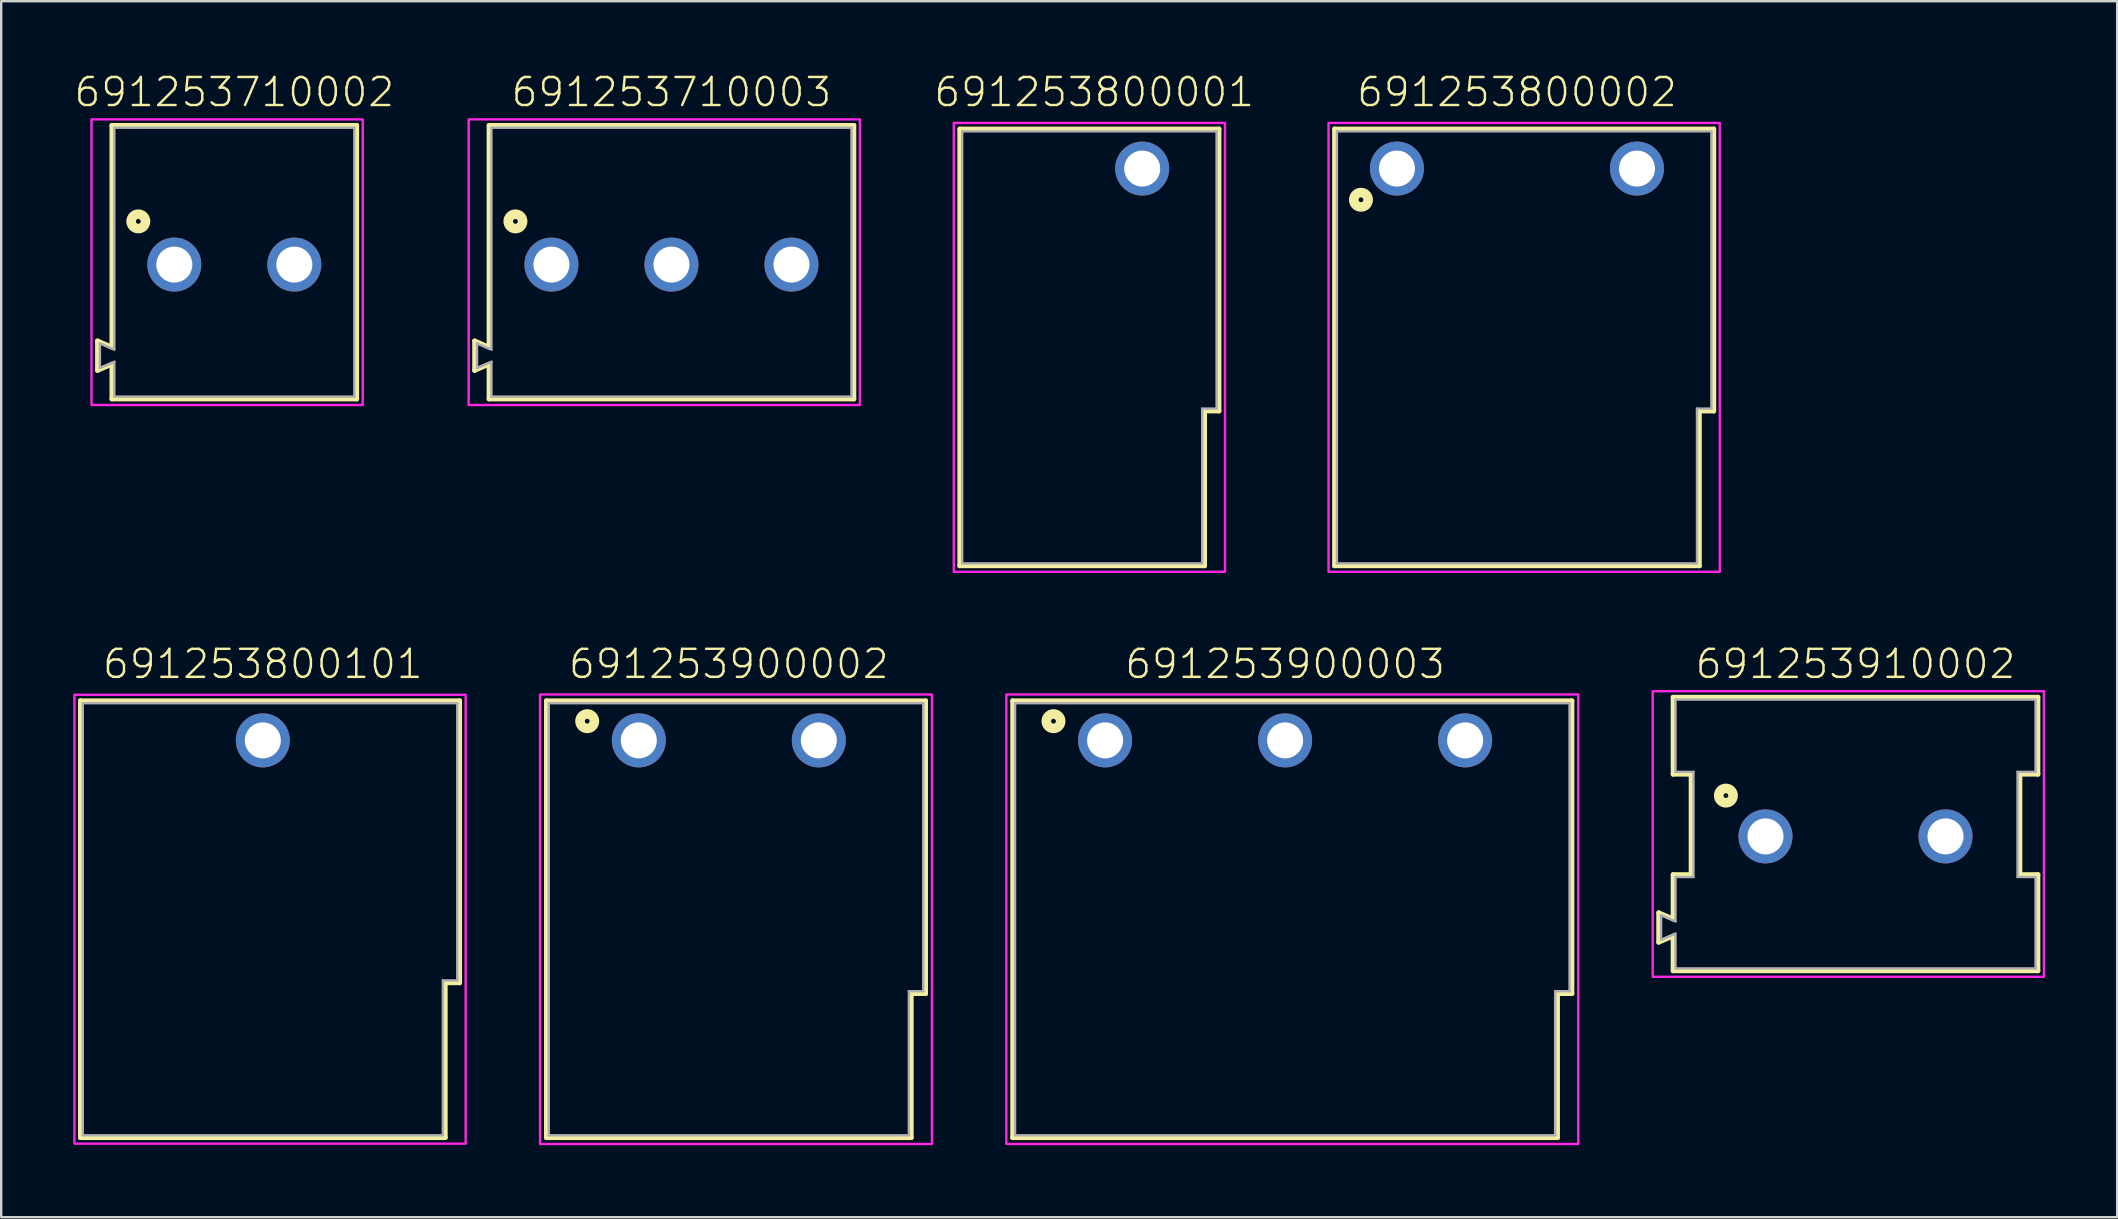
<source format=kicad_pcb>
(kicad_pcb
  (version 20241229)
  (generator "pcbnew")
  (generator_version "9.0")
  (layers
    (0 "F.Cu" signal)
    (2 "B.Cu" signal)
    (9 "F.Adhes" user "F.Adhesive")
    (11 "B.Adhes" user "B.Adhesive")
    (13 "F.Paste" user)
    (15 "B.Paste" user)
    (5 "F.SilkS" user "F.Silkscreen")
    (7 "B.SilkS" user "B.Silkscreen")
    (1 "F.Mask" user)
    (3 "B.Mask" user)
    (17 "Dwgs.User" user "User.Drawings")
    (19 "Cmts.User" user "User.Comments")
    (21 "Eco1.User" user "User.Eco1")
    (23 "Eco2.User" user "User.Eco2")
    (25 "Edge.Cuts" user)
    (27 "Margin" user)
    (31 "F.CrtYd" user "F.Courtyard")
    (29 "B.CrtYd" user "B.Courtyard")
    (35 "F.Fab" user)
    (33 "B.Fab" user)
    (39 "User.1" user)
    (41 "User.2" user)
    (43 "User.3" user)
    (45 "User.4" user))
  (footprint "691253800001"
    (layer "F.Cu")
    (at 44.536 3.973)
    (property "Reference" "691253800001" (at -2 -2.5 0) (unlocked yes) (layer "F.SilkS") (effects (font (size 1.168 1.168) (thickness 0.102)) (justify bottom)))
    (fp_line (start -7.6 -1.65) (end 3.2 -1.65) (stroke (width 0.2) (type solid)) (layer "F.SilkS"))
    (fp_line (start -7.6 16.55) (end -7.6 -1.65) (stroke (width 0.2) (type solid)) (layer "F.SilkS"))
    (fp_line (start 2.6 10.1) (end 2.6 16.55) (stroke (width 0.2) (type solid)) (layer "F.SilkS"))
    (fp_line (start 2.6 16.55) (end -7.6 16.55) (stroke (width 0.2) (type solid)) (layer "F.SilkS"))
    (fp_line (start 3.2 -1.65) (end 3.2 10.1) (stroke (width 0.2) (type solid)) (layer "F.SilkS"))
    (fp_line (start 3.2 10.1) (end 2.6 10.1) (stroke (width 0.2) (type solid)) (layer "F.SilkS"))
    (fp_poly (pts (xy 3.45 16.8) (xy -7.85 16.8) (xy -7.85 -1.9) (xy 3.45 -1.9)) (stroke (width 0.1) (type default)) (fill no) (layer "F.CrtYd"))
    (fp_line (start -7.5 16.45) (end -7.5 -1.55) (stroke (width 0.1) (type solid)) (layer "F.Fab"))
    (fp_line (start 2.5 10) (end 3.1 10) (stroke (width 0.1) (type solid)) (layer "F.Fab"))
    (fp_line (start 2.5 16.45) (end -7.5 16.45) (stroke (width 0.1) (type solid)) (layer "F.Fab"))
    (fp_line (start 2.5 16.45) (end 2.5 10) (stroke (width 0.1) (type solid)) (layer "F.Fab"))
    (fp_line (start 3.1 -1.55) (end -7.5 -1.55) (stroke (width 0.1) (type solid)) (layer "F.Fab"))
    (fp_line (start 3.1 10) (end 3.1 -1.55) (stroke (width 0.1) (type solid)) (layer "F.Fab"))
    (pad "1" thru_hole circle (at 0 0 180) (size 2.25 2.25) (drill 1.5) (layers "*.Cu" "*.Mask")))
  (footprint "691253900003"
    (layer "F.Cu")
    (at 50.49 27.796)
    (property "Reference" "691253900003" (at 0 -2.5 0) (unlocked yes) (layer "F.SilkS") (effects (font (size 1.168 1.168) (thickness 0.102)) (justify bottom)))
    (fp_line (start -11.35 -1.65) (end 11.95 -1.65) (stroke (width 0.2) (type solid)) (layer "F.SilkS"))
    (fp_line (start -11.35 16.55) (end -11.35 -1.65) (stroke (width 0.2) (type solid)) (layer "F.SilkS"))
    (fp_line (start 11.35 10.55) (end 11.35 16.55) (stroke (width 0.2) (type solid)) (layer "F.SilkS"))
    (fp_line (start 11.35 16.55) (end -11.35 16.55) (stroke (width 0.2) (type solid)) (layer "F.SilkS"))
    (fp_line (start 11.95 -1.65) (end 11.95 10.55) (stroke (width 0.2) (type solid)) (layer "F.SilkS"))
    (fp_line (start 11.95 10.55) (end 11.35 10.55) (stroke (width 0.2) (type solid)) (layer "F.SilkS"))
    (fp_circle (center -9.65 -0.8) (end -9.55 -0.8) (stroke (width 0.4) (type solid)) (fill no) (layer "F.SilkS"))
    (fp_poly (pts (xy 12.213 16.814) (xy -11.614 16.814) (xy -11.614 -1.913) (xy 12.213 -1.913)) (stroke (width 0.1) (type default)) (fill no) (layer "F.CrtYd"))
    (fp_line (start -11.25 16.45) (end -11.25 -1.55) (stroke (width 0.1) (type solid)) (layer "F.Fab"))
    (fp_line (start 11.25 10.45) (end 11.85 10.45) (stroke (width 0.1) (type solid)) (layer "F.Fab"))
    (fp_line (start 11.25 16.45) (end -11.25 16.45) (stroke (width 0.1) (type solid)) (layer "F.Fab"))
    (fp_line (start 11.25 16.45) (end 11.25 10.45) (stroke (width 0.1) (type solid)) (layer "F.Fab"))
    (fp_line (start 11.85 -1.55) (end -11.25 -1.55) (stroke (width 0.1) (type solid)) (layer "F.Fab"))
    (fp_line (start 11.85 10.45) (end 11.85 -1.55) (stroke (width 0.1) (type solid)) (layer "F.Fab"))
    (pad "1" thru_hole circle (at -7.5 0 180) (size 2.25 2.25) (drill 1.5) (layers "*.Cu" "*.Mask"))
    (pad "2" thru_hole circle (at 0 0 180) (size 2.25 2.25) (drill 1.5) (layers "*.Cu" "*.Mask"))
    (pad "3" thru_hole circle (at 7.5 0 180) (size 2.25 2.25) (drill 1.5) (layers "*.Cu" "*.Mask")))
  (footprint "691253910002"
    (layer "F.Cu")
    (at 74.254 31.796)
    (property "Reference" "691253910002" (at 0 -6.5 0) (unlocked yes) (layer "F.SilkS") (effects (font (size 1.168 1.168) (thickness 0.102)) (justify bottom)))
    (fp_line (start -8.2 3.18) (end -7.6 3.44) (stroke (width 0.2) (type solid)) (layer "F.SilkS"))
    (fp_line (start -8.2 4.41) (end -8.2 3.18) (stroke (width 0.2) (type solid)) (layer "F.SilkS"))
    (fp_line (start -7.6 -5.8) (end 7.6 -5.8) (stroke (width 0.2) (type solid)) (layer "F.SilkS"))
    (fp_line (start -7.6 -2.59) (end -7.6 -5.8) (stroke (width 0.2) (type solid)) (layer "F.SilkS"))
    (fp_line (start -7.6 1.59) (end -6.85 1.59) (stroke (width 0.2) (type solid)) (layer "F.SilkS"))
    (fp_line (start -7.6 3.44) (end -7.6 1.59) (stroke (width 0.2) (type solid)) (layer "F.SilkS"))
    (fp_line (start -7.6 4.15) (end -8.2 4.41) (stroke (width 0.2) (type solid)) (layer "F.SilkS"))
    (fp_line (start -7.6 5.6) (end -7.6 4.15) (stroke (width 0.2) (type solid)) (layer "F.SilkS"))
    (fp_line (start -6.85 -2.59) (end -7.6 -2.59) (stroke (width 0.2) (type solid)) (layer "F.SilkS"))
    (fp_line (start -6.85 1.59) (end -6.85 -2.59) (stroke (width 0.2) (type solid)) (layer "F.SilkS"))
    (fp_line (start 6.85 -2.59) (end 6.85 1.59) (stroke (width 0.2) (type solid)) (layer "F.SilkS"))
    (fp_line (start 6.85 1.59) (end 7.6 1.59) (stroke (width 0.2) (type solid)) (layer "F.SilkS"))
    (fp_line (start 7.6 -5.8) (end 7.6 -2.59) (stroke (width 0.2) (type solid)) (layer "F.SilkS"))
    (fp_line (start 7.6 -2.59) (end 6.85 -2.59) (stroke (width 0.2) (type solid)) (layer "F.SilkS"))
    (fp_line (start 7.6 1.59) (end 7.6 5.6) (stroke (width 0.2) (type solid)) (layer "F.SilkS"))
    (fp_line (start 7.6 5.6) (end -7.6 5.6) (stroke (width 0.2) (type solid)) (layer "F.SilkS"))
    (fp_circle (center -5.4 -1.7) (end -5.3 -1.7) (stroke (width 0.4) (type solid)) (fill no) (layer "F.SilkS"))
    (fp_poly (pts (xy 7.85 5.85) (xy -8.45 5.85) (xy -8.45 -6.05) (xy 7.85 -6.05)) (stroke (width 0.1) (type default)) (fill no) (layer "F.CrtYd"))
    (fp_line (start -8.1 3.28) (end -8.1 4.31) (stroke (width 0.1) (type solid)) (layer "F.Fab"))
    (fp_line (start -8.1 3.28) (end -7.5 3.54) (stroke (width 0.1) (type solid)) (layer "F.Fab"))
    (fp_line (start -8.1 4.31) (end -7.5 4.05) (stroke (width 0.1) (type solid)) (layer "F.Fab"))
    (fp_line (start -7.5 -5.7) (end -7.5 -2.69) (stroke (width 0.1) (type solid)) (layer "F.Fab"))
    (fp_line (start -7.5 -5.7) (end 7.5 -5.7) (stroke (width 0.1) (type solid)) (layer "F.Fab"))
    (fp_line (start -7.5 -2.69) (end -6.75 -2.69) (stroke (width 0.1) (type solid)) (layer "F.Fab"))
    (fp_line (start -7.5 1.69) (end -7.5 3.54) (stroke (width 0.1) (type solid)) (layer "F.Fab"))
    (fp_line (start -7.5 4.05) (end -7.5 5.5) (stroke (width 0.1) (type solid)) (layer "F.Fab"))
    (fp_line (start -7.5 5.5) (end 7.5 5.5) (stroke (width 0.1) (type solid)) (layer "F.Fab"))
    (fp_line (start -6.75 -2.69) (end -6.75 1.69) (stroke (width 0.1) (type solid)) (layer "F.Fab"))
    (fp_line (start -6.75 1.69) (end -7.5 1.69) (stroke (width 0.1) (type solid)) (layer "F.Fab"))
    (fp_line (start 6.75 -2.69) (end 6.75 1.69) (stroke (width 0.1) (type solid)) (layer "F.Fab"))
    (fp_line (start 6.75 1.69) (end 7.5 1.69) (stroke (width 0.1) (type solid)) (layer "F.Fab"))
    (fp_line (start 7.5 -5.7) (end 7.5 -2.69) (stroke (width 0.1) (type solid)) (layer "F.Fab"))
    (fp_line (start 7.5 -2.69) (end 6.75 -2.69) (stroke (width 0.1) (type solid)) (layer "F.Fab"))
    (fp_line (start 7.5 1.69) (end 7.5 5.5) (stroke (width 0.1) (type solid)) (layer "F.Fab"))
    (pad "1" thru_hole circle (at -3.75 0) (size 2.25 2.25) (drill 1.5) (layers "*.Cu" "*.Mask"))
    (pad "2" thru_hole circle (at 3.75 0) (size 2.25 2.25) (drill 1.5) (layers "*.Cu" "*.Mask")))
  (footprint "691253900002"
    (layer "F.Cu")
    (at 27.314 27.796)
    (property "Reference" "691253900002" (at 0 -2.5 0) (unlocked yes) (layer "F.SilkS") (effects (font (size 1.168 1.168) (thickness 0.102)) (justify bottom)))
    (fp_line (start -7.6 -1.65) (end 8.2 -1.65) (stroke (width 0.2) (type solid)) (layer "F.SilkS"))
    (fp_line (start -7.6 16.55) (end -7.6 -1.65) (stroke (width 0.2) (type solid)) (layer "F.SilkS"))
    (fp_line (start 7.6 10.55) (end 7.6 16.55) (stroke (width 0.2) (type solid)) (layer "F.SilkS"))
    (fp_line (start 7.6 16.55) (end -7.6 16.55) (stroke (width 0.2) (type solid)) (layer "F.SilkS"))
    (fp_line (start 8.2 -1.65) (end 8.2 10.55) (stroke (width 0.2) (type solid)) (layer "F.SilkS"))
    (fp_line (start 8.2 10.55) (end 7.6 10.55) (stroke (width 0.2) (type solid)) (layer "F.SilkS"))
    (fp_circle (center -5.9 -0.8) (end -5.8 -0.8) (stroke (width 0.4) (type solid)) (fill no) (layer "F.SilkS"))
    (fp_poly (pts (xy 8.463 16.814) (xy -7.864 16.814) (xy -7.864 -1.913) (xy 8.463 -1.913)) (stroke (width 0.1) (type default)) (fill no) (layer "F.CrtYd"))
    (fp_line (start -7.5 16.45) (end -7.5 -1.55) (stroke (width 0.1) (type solid)) (layer "F.Fab"))
    (fp_line (start 7.5 10.45) (end 8.1 10.45) (stroke (width 0.1) (type solid)) (layer "F.Fab"))
    (fp_line (start 7.5 16.45) (end -7.5 16.45) (stroke (width 0.1) (type solid)) (layer "F.Fab"))
    (fp_line (start 7.5 16.45) (end 7.5 10.45) (stroke (width 0.1) (type solid)) (layer "F.Fab"))
    (fp_line (start 8.1 -1.55) (end -7.5 -1.55) (stroke (width 0.1) (type solid)) (layer "F.Fab"))
    (fp_line (start 8.1 10.45) (end 8.1 -1.55) (stroke (width 0.1) (type solid)) (layer "F.Fab"))
    (pad "1" thru_hole circle (at -3.75 0 180) (size 2.25 2.25) (drill 1.5) (layers "*.Cu" "*.Mask"))
    (pad "2" thru_hole circle (at 3.75 0 180) (size 2.25 2.25) (drill 1.5) (layers "*.Cu" "*.Mask")))
  (footprint "691253800002"
    (layer "F.Cu")
    (at 60.149 3.973)
    (property "Reference" "691253800002" (at 0 -2.5 0) (unlocked yes) (layer "F.SilkS") (effects (font (size 1.168 1.168) (thickness 0.102)) (justify bottom)))
    (fp_line (start -7.6 -1.65) (end 8.2 -1.65) (stroke (width 0.2) (type solid)) (layer "F.SilkS"))
    (fp_line (start -7.6 16.55) (end -7.6 -1.65) (stroke (width 0.2) (type solid)) (layer "F.SilkS"))
    (fp_line (start 7.6 10.1) (end 7.6 16.55) (stroke (width 0.2) (type solid)) (layer "F.SilkS"))
    (fp_line (start 7.6 16.55) (end -7.6 16.55) (stroke (width 0.2) (type solid)) (layer "F.SilkS"))
    (fp_line (start 8.2 -1.65) (end 8.2 10.1) (stroke (width 0.2) (type solid)) (layer "F.SilkS"))
    (fp_line (start 8.2 10.1) (end 7.6 10.1) (stroke (width 0.2) (type solid)) (layer "F.SilkS"))
    (fp_circle (center -6.5 1.3) (end -6.4 1.3) (stroke (width 0.4) (type solid)) (fill no) (layer "F.SilkS"))
    (fp_poly (pts (xy 8.45 16.8) (xy -7.85 16.8) (xy -7.85 -1.9) (xy 8.45 -1.9)) (stroke (width 0.1) (type default)) (fill no) (layer "F.CrtYd"))
    (fp_line (start -7.5 16.45) (end -7.5 -1.55) (stroke (width 0.1) (type solid)) (layer "F.Fab"))
    (fp_line (start 7.5 10) (end 8.1 10) (stroke (width 0.1) (type solid)) (layer "F.Fab"))
    (fp_line (start 7.5 16.45) (end -7.5 16.45) (stroke (width 0.1) (type solid)) (layer "F.Fab"))
    (fp_line (start 7.5 16.45) (end 7.5 10) (stroke (width 0.1) (type solid)) (layer "F.Fab"))
    (fp_line (start 8.1 -1.55) (end -7.5 -1.55) (stroke (width 0.1) (type solid)) (layer "F.Fab"))
    (fp_line (start 8.1 10) (end 8.1 -1.55) (stroke (width 0.1) (type solid)) (layer "F.Fab"))
    (pad "1" thru_hole circle (at -5 0 180) (size 2.25 2.25) (drill 1.5) (layers "*.Cu" "*.Mask"))
    (pad "2" thru_hole circle (at 5 0 180) (size 2.25 2.25) (drill 1.5) (layers "*.Cu" "*.Mask")))
  (footprint "691253800101"
    (layer "F.Cu")
    (at 7.9 27.796)
    (property "Reference" "691253800101" (at 0 -2.5 0) (unlocked yes) (layer "F.SilkS") (effects (font (size 1.168 1.168) (thickness 0.102)) (justify bottom)))
    (fp_line (start -7.6 -1.65) (end 8.2 -1.65) (stroke (width 0.2) (type solid)) (layer "F.SilkS"))
    (fp_line (start -7.6 16.55) (end -7.6 -1.65) (stroke (width 0.2) (type solid)) (layer "F.SilkS"))
    (fp_line (start 7.6 10.1) (end 7.6 16.55) (stroke (width 0.2) (type solid)) (layer "F.SilkS"))
    (fp_line (start 7.6 16.55) (end -7.6 16.55) (stroke (width 0.2) (type solid)) (layer "F.SilkS"))
    (fp_line (start 8.2 -1.65) (end 8.2 10.1) (stroke (width 0.2) (type solid)) (layer "F.SilkS"))
    (fp_line (start 8.2 10.1) (end 7.6 10.1) (stroke (width 0.2) (type solid)) (layer "F.SilkS"))
    (fp_poly (pts (xy 8.45 16.8) (xy -7.85 16.8) (xy -7.85 -1.9) (xy 8.45 -1.9)) (stroke (width 0.1) (type default)) (fill no) (layer "F.CrtYd"))
    (fp_line (start -7.5 16.45) (end -7.5 -1.55) (stroke (width 0.1) (type solid)) (layer "F.Fab"))
    (fp_line (start 7.5 10) (end 8.1 10) (stroke (width 0.1) (type solid)) (layer "F.Fab"))
    (fp_line (start 7.5 16.45) (end -7.5 16.45) (stroke (width 0.1) (type solid)) (layer "F.Fab"))
    (fp_line (start 7.5 16.45) (end 7.5 10) (stroke (width 0.1) (type solid)) (layer "F.Fab"))
    (fp_line (start 8.1 -1.55) (end -7.5 -1.55) (stroke (width 0.1) (type solid)) (layer "F.Fab"))
    (fp_line (start 8.1 10) (end 8.1 -1.55) (stroke (width 0.1) (type solid)) (layer "F.Fab"))
    (pad "1" thru_hole circle (at 0 0 180) (size 2.25 2.25) (drill 1.5) (layers "*.Cu" "*.Mask")))
  (footprint "691253710003"
    (layer "F.Cu")
    (at 24.924 7.973)
    (property "Reference" "691253710003" (at 0 -6.5 0) (unlocked yes) (layer "F.SilkS") (effects (font (size 1.168 1.168) (thickness 0.102)) (justify bottom)))
    (fp_line (start -8.2 3.18) (end -7.6 3.44) (stroke (width 0.2) (type solid)) (layer "F.SilkS"))
    (fp_line (start -8.2 4.41) (end -8.2 3.18) (stroke (width 0.2) (type solid)) (layer "F.SilkS"))
    (fp_line (start -7.6 -5.8) (end 7.6 -5.8) (stroke (width 0.2) (type solid)) (layer "F.SilkS"))
    (fp_line (start -7.6 3.44) (end -7.6 -5.8) (stroke (width 0.2) (type solid)) (layer "F.SilkS"))
    (fp_line (start -7.6 4.15) (end -8.2 4.41) (stroke (width 0.2) (type solid)) (layer "F.SilkS"))
    (fp_line (start -7.6 5.6) (end -7.6 4.15) (stroke (width 0.2) (type solid)) (layer "F.SilkS"))
    (fp_line (start 7.6 -5.8) (end 7.6 5.6) (stroke (width 0.2) (type solid)) (layer "F.SilkS"))
    (fp_line (start 7.6 5.6) (end -7.6 5.6) (stroke (width 0.2) (type solid)) (layer "F.SilkS"))
    (fp_circle (center -6.5 -1.8) (end -6.4 -1.8) (stroke (width 0.4) (type solid)) (fill no) (layer "F.SilkS"))
    (fp_poly (pts (xy 7.85 5.85) (xy -8.45 5.85) (xy -8.45 -6.05) (xy 7.85 -6.05)) (stroke (width 0.1) (type default)) (fill no) (layer "F.CrtYd"))
    (fp_line (start -8.1 3.28) (end -8.1 4.31) (stroke (width 0.1) (type solid)) (layer "F.Fab"))
    (fp_line (start -8.1 3.28) (end -7.5 3.54) (stroke (width 0.1) (type solid)) (layer "F.Fab"))
    (fp_line (start -8.1 4.31) (end -7.5 4.05) (stroke (width 0.1) (type solid)) (layer "F.Fab"))
    (fp_line (start -7.5 -5.7) (end -7.5 3.54) (stroke (width 0.1) (type solid)) (layer "F.Fab"))
    (fp_line (start -7.5 -5.7) (end 7.5 -5.7) (stroke (width 0.1) (type solid)) (layer "F.Fab"))
    (fp_line (start -7.5 4.05) (end -7.5 5.5) (stroke (width 0.1) (type solid)) (layer "F.Fab"))
    (fp_line (start -7.5 5.5) (end 7.5 5.5) (stroke (width 0.1) (type solid)) (layer "F.Fab"))
    (fp_line (start 7.5 -5.7) (end 7.5 5.5) (stroke (width 0.1) (type solid)) (layer "F.Fab"))
    (pad "1" thru_hole circle (at -5 0) (size 2.25 2.25) (drill 1.5) (layers "*.Cu" "*.Mask"))
    (pad "2" thru_hole circle (at 0 0) (size 2.25 2.25) (drill 1.5) (layers "*.Cu" "*.Mask"))
    (pad "3" thru_hole circle (at 5 0) (size 2.25 2.25) (drill 1.5) (layers "*.Cu" "*.Mask")))
  (footprint "691253710002"
    (layer "F.Cu")
    (at 6.712 7.973)
    (property "Reference" "691253710002" (at 0 -6.5 0) (unlocked yes) (layer "F.SilkS") (effects (font (size 1.168 1.168) (thickness 0.102)) (justify bottom)))
    (fp_line (start -5.7 3.18) (end -5.1 3.44) (stroke (width 0.2) (type solid)) (layer "F.SilkS"))
    (fp_line (start -5.7 4.41) (end -5.7 3.18) (stroke (width 0.2) (type solid)) (layer "F.SilkS"))
    (fp_line (start -5.1 -5.8) (end 5.1 -5.8) (stroke (width 0.2) (type solid)) (layer "F.SilkS"))
    (fp_line (start -5.1 3.44) (end -5.1 -5.8) (stroke (width 0.2) (type solid)) (layer "F.SilkS"))
    (fp_line (start -5.1 4.15) (end -5.7 4.41) (stroke (width 0.2) (type solid)) (layer "F.SilkS"))
    (fp_line (start -5.1 5.6) (end -5.1 4.15) (stroke (width 0.2) (type solid)) (layer "F.SilkS"))
    (fp_line (start 5.1 -5.8) (end 5.1 5.6) (stroke (width 0.2) (type solid)) (layer "F.SilkS"))
    (fp_line (start 5.1 5.6) (end -5.1 5.6) (stroke (width 0.2) (type solid)) (layer "F.SilkS"))
    (fp_circle (center -4 -1.8) (end -3.9 -1.8) (stroke (width 0.4) (type solid)) (fill no) (layer "F.SilkS"))
    (fp_poly (pts (xy 5.35 5.85) (xy -5.95 5.85) (xy -5.95 -6.05) (xy 5.35 -6.05)) (stroke (width 0.1) (type default)) (fill no) (layer "F.CrtYd"))
    (fp_line (start -5.6 3.28) (end -5.6 4.31) (stroke (width 0.1) (type solid)) (layer "F.Fab"))
    (fp_line (start -5.6 3.28) (end -5 3.54) (stroke (width 0.1) (type solid)) (layer "F.Fab"))
    (fp_line (start -5.6 4.31) (end -5 4.05) (stroke (width 0.1) (type solid)) (layer "F.Fab"))
    (fp_line (start -5 -5.7) (end -5 3.54) (stroke (width 0.1) (type solid)) (layer "F.Fab"))
    (fp_line (start -5 -5.7) (end 5 -5.7) (stroke (width 0.1) (type solid)) (layer "F.Fab"))
    (fp_line (start -5 4.05) (end -5 5.5) (stroke (width 0.1) (type solid)) (layer "F.Fab"))
    (fp_line (start -5 5.5) (end 5 5.5) (stroke (width 0.1) (type solid)) (layer "F.Fab"))
    (fp_line (start 5 -5.7) (end 5 5.5) (stroke (width 0.1) (type solid)) (layer "F.Fab"))
    (pad "1" thru_hole circle (at -2.5 0) (size 2.25 2.25) (drill 1.5) (layers "*.Cu" "*.Mask"))
    (pad "2" thru_hole circle (at 2.5 0) (size 2.25 2.25) (drill 1.5) (layers "*.Cu" "*.Mask")))
  (gr_rect
    (start -3 -3)
    (end 85.154 47.66)
    (stroke (width 0.1) (type default))
    (fill no)
    (layer "Edge.Cuts")))
</source>
